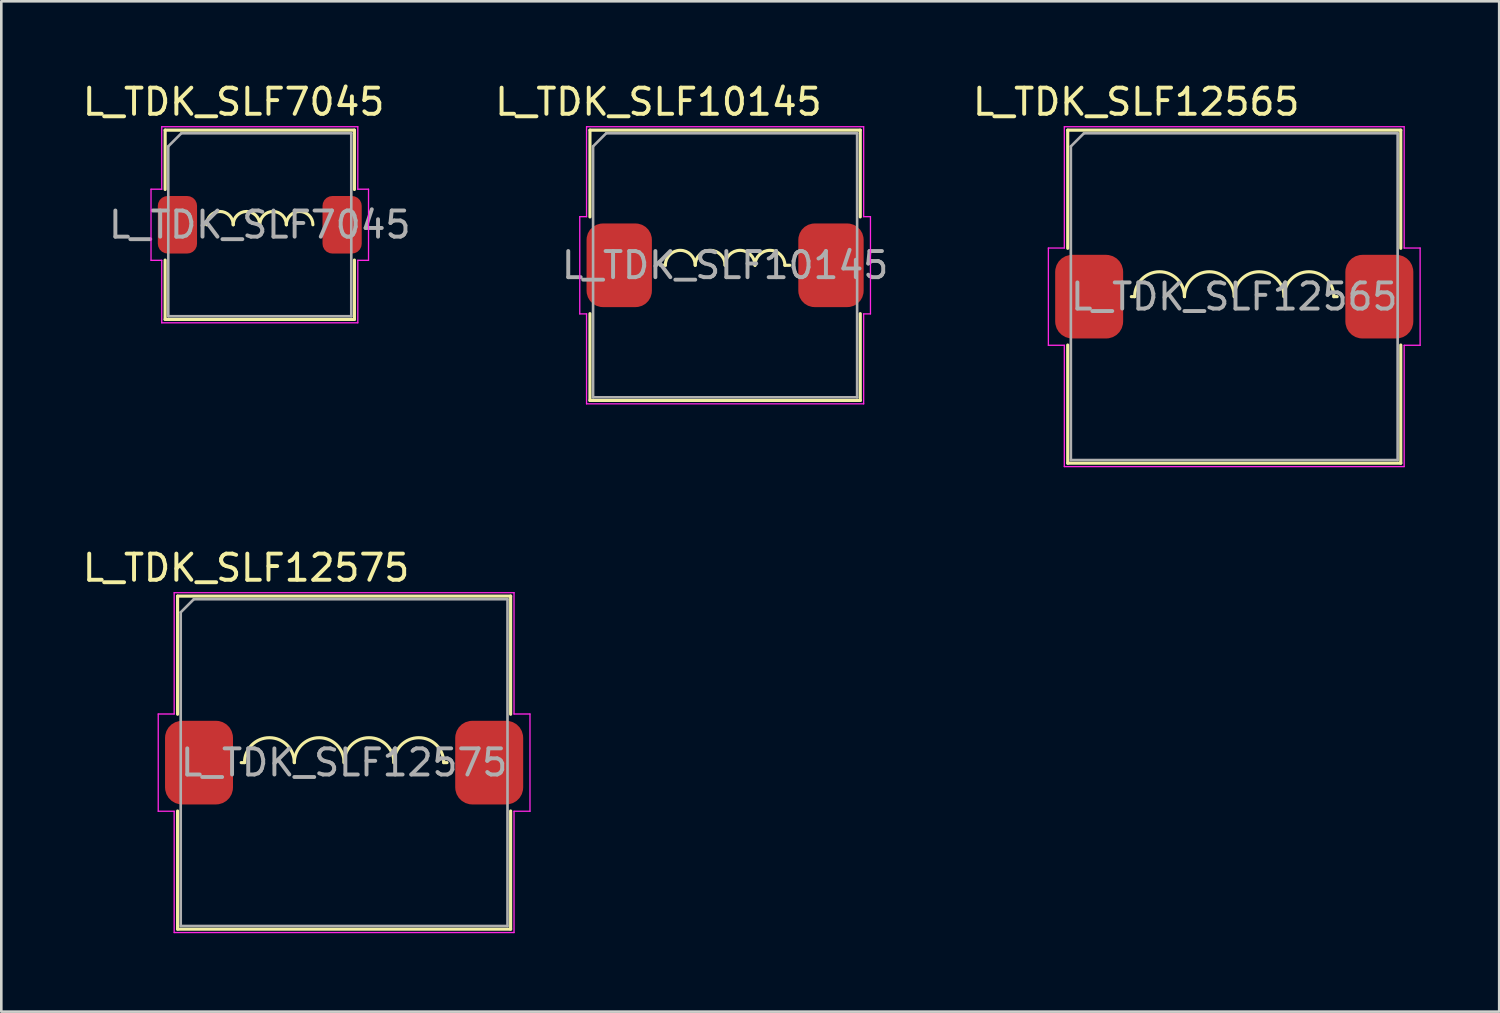
<source format=kicad_pcb>
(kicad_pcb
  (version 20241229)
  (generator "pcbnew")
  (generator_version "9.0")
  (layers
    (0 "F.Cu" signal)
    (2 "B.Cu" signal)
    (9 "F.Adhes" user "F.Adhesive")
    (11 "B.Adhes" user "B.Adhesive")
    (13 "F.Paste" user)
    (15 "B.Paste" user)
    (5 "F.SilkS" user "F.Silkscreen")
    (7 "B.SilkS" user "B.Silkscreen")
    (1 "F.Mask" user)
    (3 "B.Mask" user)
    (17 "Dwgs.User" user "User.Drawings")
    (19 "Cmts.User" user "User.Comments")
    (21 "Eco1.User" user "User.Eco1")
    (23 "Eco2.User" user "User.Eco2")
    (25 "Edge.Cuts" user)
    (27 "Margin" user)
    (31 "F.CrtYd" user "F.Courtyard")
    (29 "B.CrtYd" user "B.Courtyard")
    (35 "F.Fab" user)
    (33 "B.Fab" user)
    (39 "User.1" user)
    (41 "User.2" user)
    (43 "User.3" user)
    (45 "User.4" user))
  (footprint "L_TDK_SLF12565"
    (layer "F.Cu")
    (at 44.163 8.298)
    (property "Reference" "L_TDK_SLF12565" (at -3.75 -7.45 0) (layer "F.SilkS") (effects (font (size 1 1) (thickness 0.15))))
    (attr smd)
    (fp_line (start -6.37 -6.37) (end -6.37 -1.85) (stroke (width 0.12) (type solid)) (layer "F.SilkS"))
    (fp_line (start -6.37 -6.37) (end 6.37 -6.37) (stroke (width 0.12) (type solid)) (layer "F.SilkS"))
    (fp_line (start -6.37 1.85) (end -6.37 6.37) (stroke (width 0.12) (type solid)) (layer "F.SilkS"))
    (fp_line (start -6.37 6.37) (end 6.37 6.37) (stroke (width 0.12) (type solid)) (layer "F.SilkS"))
    (fp_line (start -3.81 0) (end -3.937 0) (stroke (width 0.12) (type solid)) (layer "F.SilkS"))
    (fp_line (start 3.81 0) (end 3.937 0) (stroke (width 0.12) (type solid)) (layer "F.SilkS"))
    (fp_line (start 6.37 -6.37) (end 6.37 -1.85) (stroke (width 0.12) (type solid)) (layer "F.SilkS"))
    (fp_line (start 6.37 1.85) (end 6.37 6.37) (stroke (width 0.12) (type solid)) (layer "F.SilkS"))
    (fp_arc (start -3.81 0) (mid -2.8575 -0.9525) (end -1.905 0) (stroke (width 0.12) (type solid)) (layer "F.SilkS"))
    (fp_arc (start -1.905 0) (mid -0.9525 -0.9525) (end 0 0) (stroke (width 0.12) (type solid)) (layer "F.SilkS"))
    (fp_arc (start 0 0) (mid 0.9525 -0.9525) (end 1.905 0) (stroke (width 0.12) (type solid)) (layer "F.SilkS"))
    (fp_arc (start 1.905 0) (mid 2.8575 -0.9525) (end 3.81 0) (stroke (width 0.12) (type solid)) (layer "F.SilkS"))
    (fp_line (start -7.11 -1.86) (end -7.11 1.86) (stroke (width 0.05) (type solid)) (layer "F.CrtYd"))
    (fp_line (start -7.11 1.86) (end -6.5 1.86) (stroke (width 0.05) (type solid)) (layer "F.CrtYd"))
    (fp_line (start -6.5 -6.5) (end -6.5 -1.86) (stroke (width 0.05) (type solid)) (layer "F.CrtYd"))
    (fp_line (start -6.5 -6.5) (end 6.5 -6.5) (stroke (width 0.05) (type solid)) (layer "F.CrtYd"))
    (fp_line (start -6.5 -1.86) (end -7.11 -1.86) (stroke (width 0.05) (type solid)) (layer "F.CrtYd"))
    (fp_line (start -6.5 1.86) (end -6.5 6.5) (stroke (width 0.05) (type solid)) (layer "F.CrtYd"))
    (fp_line (start -6.5 6.5) (end 6.5 6.5) (stroke (width 0.05) (type solid)) (layer "F.CrtYd"))
    (fp_line (start 6.5 -6.5) (end 6.5 -1.86) (stroke (width 0.05) (type solid)) (layer "F.CrtYd"))
    (fp_line (start 6.5 -1.86) (end 7.11 -1.86) (stroke (width 0.05) (type solid)) (layer "F.CrtYd"))
    (fp_line (start 6.5 1.86) (end 6.5 6.5) (stroke (width 0.05) (type solid)) (layer "F.CrtYd"))
    (fp_line (start 7.11 -1.86) (end 7.11 1.86) (stroke (width 0.05) (type solid)) (layer "F.CrtYd"))
    (fp_line (start 7.11 1.86) (end 6.5 1.86) (stroke (width 0.05) (type solid)) (layer "F.CrtYd"))
    (fp_line (start -6.25 -5.75) (end -5.75 -6.25) (stroke (width 0.1) (type solid)) (layer "F.Fab"))
    (fp_line (start -6.25 6.25) (end -6.25 -5.75) (stroke (width 0.1) (type solid)) (layer "F.Fab"))
    (fp_line (start -5.75 -6.25) (end 6.25 -6.25) (stroke (width 0.1) (type solid)) (layer "F.Fab"))
    (fp_line (start 6.25 -6.25) (end 6.25 6.25) (stroke (width 0.1) (type solid)) (layer "F.Fab"))
    (fp_line (start 6.25 6.25) (end -6.25 6.25) (stroke (width 0.1) (type solid)) (layer "F.Fab"))
    (fp_text user "${REFERENCE}" (at 0 0 0) (layer "F.Fab") (effects (font (size 1 1) (thickness 0.15))))
    (pad "1" smd roundrect (at -5.55 0) (size 2.6 3.2) (layers "F.Cu" "F.Mask" "F.Paste") (roundrect_rratio 0.25))
    (pad "2" smd roundrect (at 5.55 0) (size 2.6 3.2) (layers "F.Cu" "F.Mask" "F.Paste") (roundrect_rratio 0.25)))
  (footprint "L_TDK_SLF7045"
    (layer "F.Cu")
    (at 6.887 5.548)
    (property "Reference" "L_TDK_SLF7045" (at -1 -4.7 0) (layer "F.SilkS") (effects (font (size 1 1) (thickness 0.15))))
    (attr smd)
    (fp_line (start -3.62 -3.62) (end -3.62 -1.35) (stroke (width 0.12) (type solid)) (layer "F.SilkS"))
    (fp_line (start -3.62 -3.62) (end 3.62 -3.62) (stroke (width 0.12) (type solid)) (layer "F.SilkS"))
    (fp_line (start -3.62 1.35) (end -3.62 3.62) (stroke (width 0.12) (type solid)) (layer "F.SilkS"))
    (fp_line (start -3.62 3.62) (end 3.62 3.62) (stroke (width 0.12) (type solid)) (layer "F.SilkS"))
    (fp_line (start 3.62 -3.62) (end 3.62 -1.35) (stroke (width 0.12) (type solid)) (layer "F.SilkS"))
    (fp_line (start 3.62 1.35) (end 3.62 3.62) (stroke (width 0.12) (type solid)) (layer "F.SilkS"))
    (fp_arc (start -2.032 0) (mid -1.524 -0.508) (end -1.016 0) (stroke (width 0.12) (type solid)) (layer "F.SilkS"))
    (fp_arc (start -1.016 0) (mid -0.508 -0.508) (end 0 0) (stroke (width 0.12) (type solid)) (layer "F.SilkS"))
    (fp_arc (start 0 0) (mid 0.508 -0.508) (end 1.016 0) (stroke (width 0.12) (type solid)) (layer "F.SilkS"))
    (fp_arc (start 1.016 0) (mid 1.524 -0.508) (end 2.032 0) (stroke (width 0.12) (type solid)) (layer "F.SilkS"))
    (fp_line (start -4.16 -1.36) (end -4.16 1.36) (stroke (width 0.05) (type solid)) (layer "F.CrtYd"))
    (fp_line (start -4.16 1.36) (end -3.75 1.36) (stroke (width 0.05) (type solid)) (layer "F.CrtYd"))
    (fp_line (start -3.75 -3.75) (end -3.75 -1.36) (stroke (width 0.05) (type solid)) (layer "F.CrtYd"))
    (fp_line (start -3.75 -3.75) (end 3.75 -3.75) (stroke (width 0.05) (type solid)) (layer "F.CrtYd"))
    (fp_line (start -3.75 -1.36) (end -4.16 -1.36) (stroke (width 0.05) (type solid)) (layer "F.CrtYd"))
    (fp_line (start -3.75 1.36) (end -3.75 3.75) (stroke (width 0.05) (type solid)) (layer "F.CrtYd"))
    (fp_line (start -3.75 3.75) (end 3.75 3.75) (stroke (width 0.05) (type solid)) (layer "F.CrtYd"))
    (fp_line (start 3.75 -3.75) (end 3.75 -1.36) (stroke (width 0.05) (type solid)) (layer "F.CrtYd"))
    (fp_line (start 3.75 -1.36) (end 4.16 -1.36) (stroke (width 0.05) (type solid)) (layer "F.CrtYd"))
    (fp_line (start 3.75 1.36) (end 3.75 3.75) (stroke (width 0.05) (type solid)) (layer "F.CrtYd"))
    (fp_line (start 4.16 -1.36) (end 4.16 1.36) (stroke (width 0.05) (type solid)) (layer "F.CrtYd"))
    (fp_line (start 4.16 1.36) (end 3.75 1.36) (stroke (width 0.05) (type solid)) (layer "F.CrtYd"))
    (fp_line (start -3.5 -3) (end -3 -3.5) (stroke (width 0.1) (type solid)) (layer "F.Fab"))
    (fp_line (start -3.5 3.5) (end -3.5 -3) (stroke (width 0.1) (type solid)) (layer "F.Fab"))
    (fp_line (start -3 -3.5) (end 3.5 -3.5) (stroke (width 0.1) (type solid)) (layer "F.Fab"))
    (fp_line (start 3.5 -3.5) (end 3.5 3.5) (stroke (width 0.1) (type solid)) (layer "F.Fab"))
    (fp_line (start 3.5 3.5) (end -3.5 3.5) (stroke (width 0.1) (type solid)) (layer "F.Fab"))
    (fp_text user "${REFERENCE}" (at 0 0 0) (layer "F.Fab") (effects (font (size 1 1) (thickness 0.15))))
    (pad "1" smd roundrect (at -3.15 0) (size 1.5 2.2) (layers "F.Cu" "F.Mask" "F.Paste") (roundrect_rratio 0.25))
    (pad "2" smd roundrect (at 3.15 0) (size 1.5 2.2) (layers "F.Cu" "F.Mask" "F.Paste") (roundrect_rratio 0.25)))
  (footprint "L_TDK_SLF12575"
    (layer "F.Cu")
    (at 10.113 26.122)
    (property "Reference" "L_TDK_SLF12575" (at -3.75 -7.45 0) (layer "F.SilkS") (effects (font (size 1 1) (thickness 0.15))))
    (attr smd)
    (fp_line (start -6.37 -6.37) (end -6.37 -1.85) (stroke (width 0.12) (type solid)) (layer "F.SilkS"))
    (fp_line (start -6.37 -6.37) (end 6.37 -6.37) (stroke (width 0.12) (type solid)) (layer "F.SilkS"))
    (fp_line (start -6.37 1.85) (end -6.37 6.37) (stroke (width 0.12) (type solid)) (layer "F.SilkS"))
    (fp_line (start -6.37 6.37) (end 6.37 6.37) (stroke (width 0.12) (type solid)) (layer "F.SilkS"))
    (fp_line (start -3.81 0) (end -3.937 0) (stroke (width 0.12) (type solid)) (layer "F.SilkS"))
    (fp_line (start 3.81 0) (end 3.937 0) (stroke (width 0.12) (type solid)) (layer "F.SilkS"))
    (fp_line (start 6.37 -6.37) (end 6.37 -1.85) (stroke (width 0.12) (type solid)) (layer "F.SilkS"))
    (fp_line (start 6.37 1.85) (end 6.37 6.37) (stroke (width 0.12) (type solid)) (layer "F.SilkS"))
    (fp_arc (start -3.81 0) (mid -2.8575 -0.9525) (end -1.905 0) (stroke (width 0.12) (type solid)) (layer "F.SilkS"))
    (fp_arc (start -1.905 0) (mid -0.9525 -0.9525) (end 0 0) (stroke (width 0.12) (type solid)) (layer "F.SilkS"))
    (fp_arc (start 0 0) (mid 0.9525 -0.9525) (end 1.905 0) (stroke (width 0.12) (type solid)) (layer "F.SilkS"))
    (fp_arc (start 1.905 0) (mid 2.8575 -0.9525) (end 3.81 0) (stroke (width 0.12) (type solid)) (layer "F.SilkS"))
    (fp_line (start -7.11 -1.86) (end -7.11 1.86) (stroke (width 0.05) (type solid)) (layer "F.CrtYd"))
    (fp_line (start -7.11 1.86) (end -6.5 1.86) (stroke (width 0.05) (type solid)) (layer "F.CrtYd"))
    (fp_line (start -6.5 -6.5) (end -6.5 -1.86) (stroke (width 0.05) (type solid)) (layer "F.CrtYd"))
    (fp_line (start -6.5 -6.5) (end 6.5 -6.5) (stroke (width 0.05) (type solid)) (layer "F.CrtYd"))
    (fp_line (start -6.5 -1.86) (end -7.11 -1.86) (stroke (width 0.05) (type solid)) (layer "F.CrtYd"))
    (fp_line (start -6.5 1.86) (end -6.5 6.5) (stroke (width 0.05) (type solid)) (layer "F.CrtYd"))
    (fp_line (start -6.5 6.5) (end 6.5 6.5) (stroke (width 0.05) (type solid)) (layer "F.CrtYd"))
    (fp_line (start 6.5 -6.5) (end 6.5 -1.86) (stroke (width 0.05) (type solid)) (layer "F.CrtYd"))
    (fp_line (start 6.5 -1.86) (end 7.11 -1.86) (stroke (width 0.05) (type solid)) (layer "F.CrtYd"))
    (fp_line (start 6.5 1.86) (end 6.5 6.5) (stroke (width 0.05) (type solid)) (layer "F.CrtYd"))
    (fp_line (start 7.11 -1.86) (end 7.11 1.86) (stroke (width 0.05) (type solid)) (layer "F.CrtYd"))
    (fp_line (start 7.11 1.86) (end 6.5 1.86) (stroke (width 0.05) (type solid)) (layer "F.CrtYd"))
    (fp_line (start -6.25 -5.75) (end -5.75 -6.25) (stroke (width 0.1) (type solid)) (layer "F.Fab"))
    (fp_line (start -6.25 6.25) (end -6.25 -5.75) (stroke (width 0.1) (type solid)) (layer "F.Fab"))
    (fp_line (start -5.75 -6.25) (end 6.25 -6.25) (stroke (width 0.1) (type solid)) (layer "F.Fab"))
    (fp_line (start 6.25 -6.25) (end 6.25 6.25) (stroke (width 0.1) (type solid)) (layer "F.Fab"))
    (fp_line (start 6.25 6.25) (end -6.25 6.25) (stroke (width 0.1) (type solid)) (layer "F.Fab"))
    (fp_text user "${REFERENCE}" (at 0 0 0) (layer "F.Fab") (effects (font (size 1 1) (thickness 0.15))))
    (pad "1" smd roundrect (at -5.55 0) (size 2.6 3.2) (layers "F.Cu" "F.Mask" "F.Paste") (roundrect_rratio 0.25))
    (pad "2" smd roundrect (at 5.55 0) (size 2.6 3.2) (layers "F.Cu" "F.Mask" "F.Paste") (roundrect_rratio 0.25)))
  (footprint "L_TDK_SLF10145"
    (layer "F.Cu")
    (at 24.687 7.098)
    (property "Reference" "L_TDK_SLF10145" (at -2.55 -6.25 0) (layer "F.SilkS") (effects (font (size 1 1) (thickness 0.15))))
    (attr smd)
    (fp_line (start -5.17 -5.17) (end -5.17 -1.85) (stroke (width 0.12) (type solid)) (layer "F.SilkS"))
    (fp_line (start -5.17 -5.17) (end 5.17 -5.17) (stroke (width 0.12) (type solid)) (layer "F.SilkS"))
    (fp_line (start -5.17 1.85) (end -5.17 5.17) (stroke (width 0.12) (type solid)) (layer "F.SilkS"))
    (fp_line (start -5.17 5.17) (end 5.17 5.17) (stroke (width 0.12) (type solid)) (layer "F.SilkS"))
    (fp_line (start -2.286 0) (end -2.477 0) (stroke (width 0.12) (type solid)) (layer "F.SilkS"))
    (fp_line (start 2.477 0) (end 2.286 0) (stroke (width 0.12) (type solid)) (layer "F.SilkS"))
    (fp_line (start 5.17 -5.17) (end 5.17 -1.85) (stroke (width 0.12) (type solid)) (layer "F.SilkS"))
    (fp_line (start 5.17 1.85) (end 5.17 5.17) (stroke (width 0.12) (type solid)) (layer "F.SilkS"))
    (fp_arc (start -2.286 0) (mid -1.7145 -0.5715) (end -1.143 0) (stroke (width 0.12) (type solid)) (layer "F.SilkS"))
    (fp_arc (start -1.143 0) (mid -0.5715 -0.5715) (end 0 0) (stroke (width 0.12) (type solid)) (layer "F.SilkS"))
    (fp_arc (start 0 0) (mid 0.5715 -0.5715) (end 1.143 0) (stroke (width 0.12) (type solid)) (layer "F.SilkS"))
    (fp_arc (start 1.143 0) (mid 1.7145 -0.5715) (end 2.286 0) (stroke (width 0.12) (type solid)) (layer "F.SilkS"))
    (fp_line (start -5.56 -1.86) (end -5.56 1.86) (stroke (width 0.05) (type solid)) (layer "F.CrtYd"))
    (fp_line (start -5.56 1.86) (end -5.3 1.86) (stroke (width 0.05) (type solid)) (layer "F.CrtYd"))
    (fp_line (start -5.3 -5.3) (end -5.3 -1.86) (stroke (width 0.05) (type solid)) (layer "F.CrtYd"))
    (fp_line (start -5.3 -5.3) (end 5.3 -5.3) (stroke (width 0.05) (type solid)) (layer "F.CrtYd"))
    (fp_line (start -5.3 -1.86) (end -5.56 -1.86) (stroke (width 0.05) (type solid)) (layer "F.CrtYd"))
    (fp_line (start -5.3 1.86) (end -5.3 5.3) (stroke (width 0.05) (type solid)) (layer "F.CrtYd"))
    (fp_line (start -5.3 5.3) (end 5.3 5.3) (stroke (width 0.05) (type solid)) (layer "F.CrtYd"))
    (fp_line (start 5.3 -5.3) (end 5.3 -1.86) (stroke (width 0.05) (type solid)) (layer "F.CrtYd"))
    (fp_line (start 5.3 -1.86) (end 5.56 -1.86) (stroke (width 0.05) (type solid)) (layer "F.CrtYd"))
    (fp_line (start 5.3 1.86) (end 5.3 5.3) (stroke (width 0.05) (type solid)) (layer "F.CrtYd"))
    (fp_line (start 5.56 -1.86) (end 5.56 1.86) (stroke (width 0.05) (type solid)) (layer "F.CrtYd"))
    (fp_line (start 5.56 1.86) (end 5.3 1.86) (stroke (width 0.05) (type solid)) (layer "F.CrtYd"))
    (fp_line (start -5.05 -4.55) (end -4.55 -5.05) (stroke (width 0.1) (type solid)) (layer "F.Fab"))
    (fp_line (start -5.05 5.05) (end -5.05 -4.55) (stroke (width 0.1) (type solid)) (layer "F.Fab"))
    (fp_line (start -4.55 -5.05) (end 5.05 -5.05) (stroke (width 0.1) (type solid)) (layer "F.Fab"))
    (fp_line (start 5.05 -5.05) (end 5.05 5.05) (stroke (width 0.1) (type solid)) (layer "F.Fab"))
    (fp_line (start 5.05 5.05) (end -5.05 5.05) (stroke (width 0.1) (type solid)) (layer "F.Fab"))
    (fp_text user "${REFERENCE}" (at 0 0 0) (layer "F.Fab") (effects (font (size 1 1) (thickness 0.15))))
    (pad "1" smd roundrect (at -4.05 0) (size 2.5 3.2) (layers "F.Cu" "F.Mask" "F.Paste") (roundrect_rratio 0.25))
    (pad "2" smd roundrect (at 4.05 0) (size 2.5 3.2) (layers "F.Cu" "F.Mask" "F.Paste") (roundrect_rratio 0.25)))
  (gr_rect
    (start -3 -3)
    (end 54.298 35.647)
    (stroke (width 0.1) (type default))
    (fill no)
    (layer "Edge.Cuts")))
</source>
